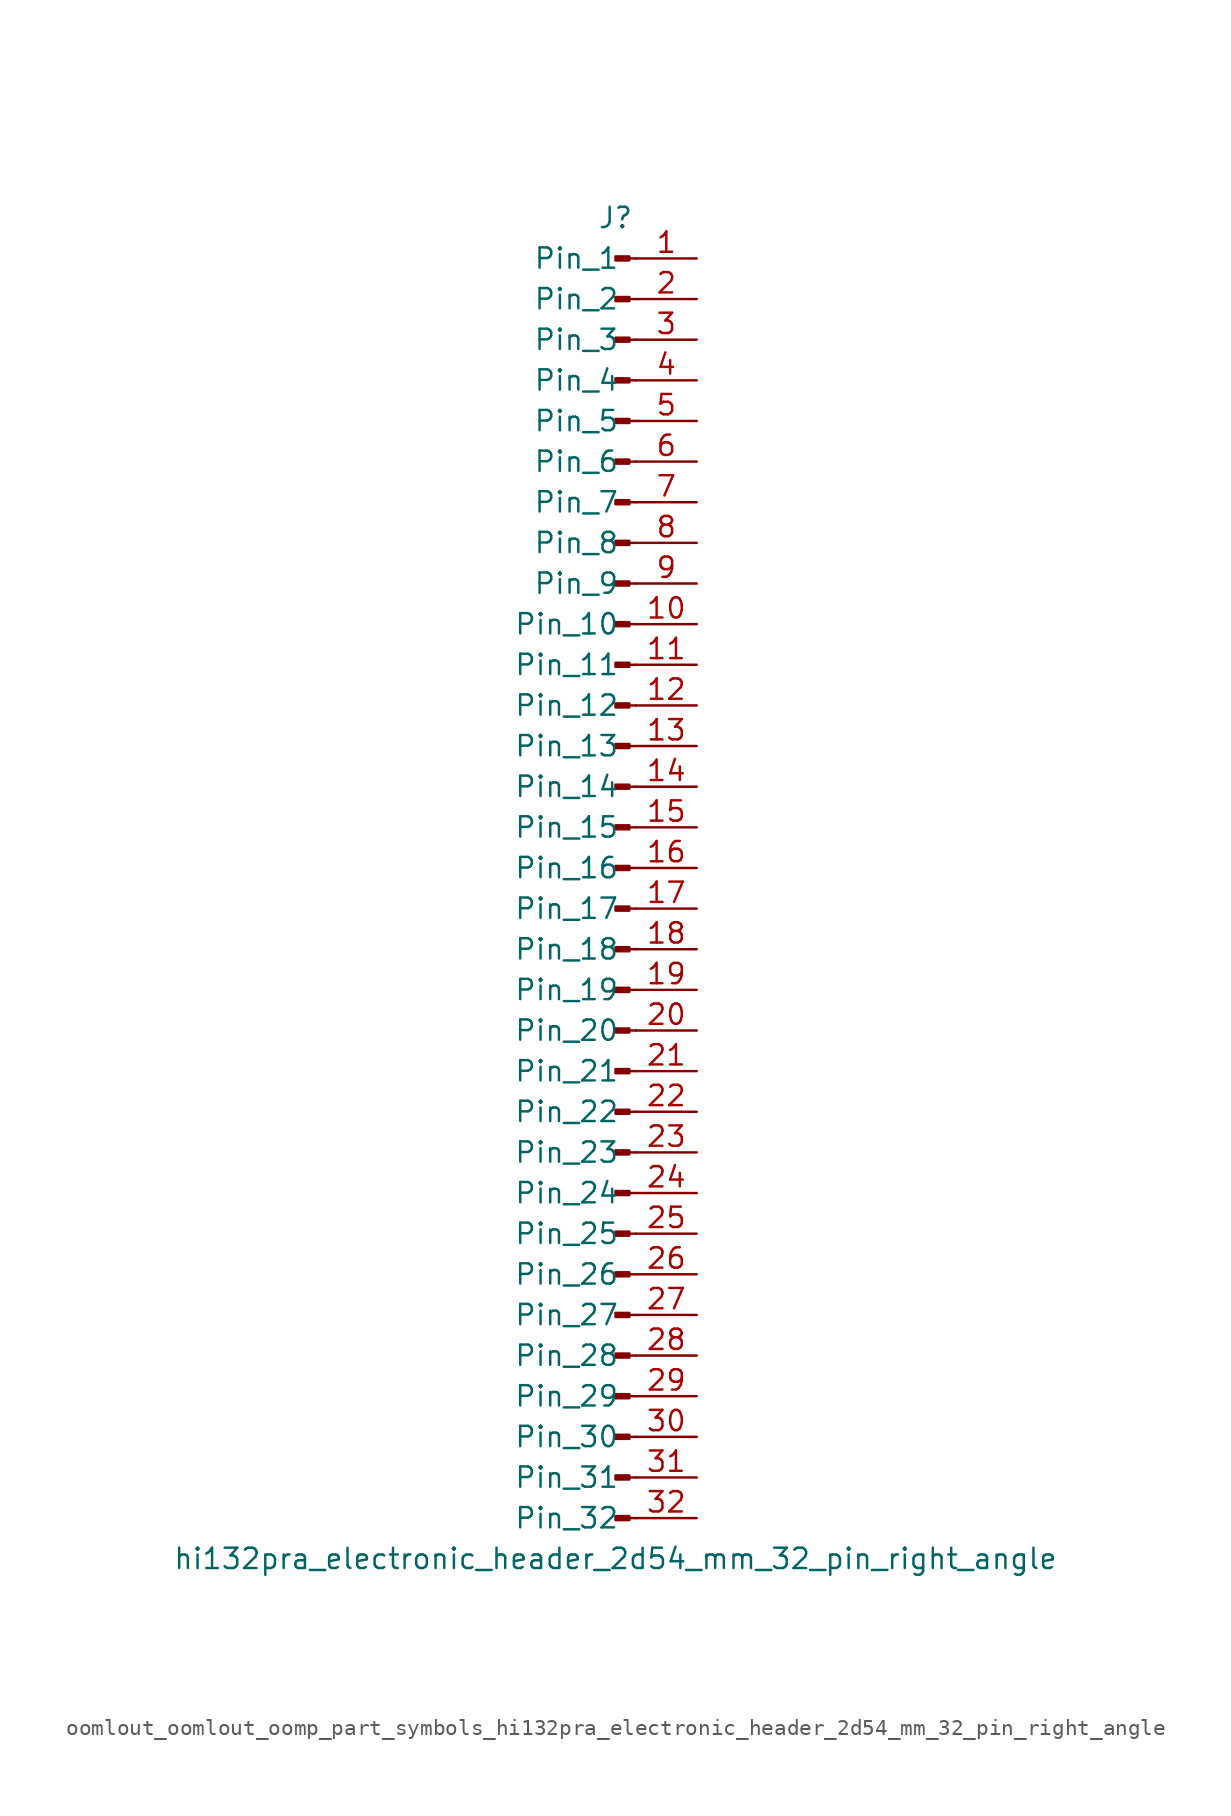
<source format=kicad_sym>
(kicad_symbol_lib
  (version 20220914)
  (generator kicad_symbol_editor)
  (symbol "oomlout_oomlout_oomp_part_symbols_hi132pra_electronic_header_2d54_mm_32_pin_right_angle"
    (pin_names
      (offset 1.016))
    (property "Reference" "J"
      (at 0 40.64 0)
      (effects (font (size 1.27 1.27))))
    (property "Value" "hi132pra_electronic_header_2d54_mm_32_pin_right_angle"
      (at 0 -43.18 0)
      (effects (font (size 1.27 1.27))))
    (property "ki_locked" ""
      (at 0 0 0)
      (effects (font (size 1.27 1.27))))
    (symbol "oomlout_oomlout_oomp_part_symbols_hi132pra_electronic_header_2d54_mm_32_pin_right_angle_1_1"
      (polyline (pts (xy 1.27 -40.64) (xy 0.864 -40.64)) (stroke (width 0.152) (type default)) (fill (type none)))
      (polyline (pts (xy 1.27 -38.1) (xy 0.864 -38.1)) (stroke (width 0.152) (type default)) (fill (type none)))
      (polyline (pts (xy 1.27 -35.56) (xy 0.864 -35.56)) (stroke (width 0.152) (type default)) (fill (type none)))
      (polyline (pts (xy 1.27 -33.02) (xy 0.864 -33.02)) (stroke (width 0.152) (type default)) (fill (type none)))
      (polyline (pts (xy 1.27 -30.48) (xy 0.864 -30.48)) (stroke (width 0.152) (type default)) (fill (type none)))
      (polyline (pts (xy 1.27 -27.94) (xy 0.864 -27.94)) (stroke (width 0.152) (type default)) (fill (type none)))
      (polyline (pts (xy 1.27 -25.4) (xy 0.864 -25.4)) (stroke (width 0.152) (type default)) (fill (type none)))
      (polyline (pts (xy 1.27 -22.86) (xy 0.864 -22.86)) (stroke (width 0.152) (type default)) (fill (type none)))
      (polyline (pts (xy 1.27 -20.32) (xy 0.864 -20.32)) (stroke (width 0.152) (type default)) (fill (type none)))
      (polyline (pts (xy 1.27 -17.78) (xy 0.864 -17.78)) (stroke (width 0.152) (type default)) (fill (type none)))
      (polyline (pts (xy 1.27 -15.24) (xy 0.864 -15.24)) (stroke (width 0.152) (type default)) (fill (type none)))
      (polyline (pts (xy 1.27 -12.7) (xy 0.864 -12.7)) (stroke (width 0.152) (type default)) (fill (type none)))
      (polyline (pts (xy 1.27 -10.16) (xy 0.864 -10.16)) (stroke (width 0.152) (type default)) (fill (type none)))
      (polyline (pts (xy 1.27 -7.62) (xy 0.864 -7.62)) (stroke (width 0.152) (type default)) (fill (type none)))
      (polyline (pts (xy 1.27 -5.08) (xy 0.864 -5.08)) (stroke (width 0.152) (type default)) (fill (type none)))
      (polyline (pts (xy 1.27 -2.54) (xy 0.864 -2.54)) (stroke (width 0.152) (type default)) (fill (type none)))
      (polyline (pts (xy 1.27 0) (xy 0.864 0)) (stroke (width 0.152) (type default)) (fill (type none)))
      (polyline (pts (xy 1.27 2.54) (xy 0.864 2.54)) (stroke (width 0.152) (type default)) (fill (type none)))
      (polyline (pts (xy 1.27 5.08) (xy 0.864 5.08)) (stroke (width 0.152) (type default)) (fill (type none)))
      (polyline (pts (xy 1.27 7.62) (xy 0.864 7.62)) (stroke (width 0.152) (type default)) (fill (type none)))
      (polyline (pts (xy 1.27 10.16) (xy 0.864 10.16)) (stroke (width 0.152) (type default)) (fill (type none)))
      (polyline (pts (xy 1.27 12.7) (xy 0.864 12.7)) (stroke (width 0.152) (type default)) (fill (type none)))
      (polyline (pts (xy 1.27 15.24) (xy 0.864 15.24)) (stroke (width 0.152) (type default)) (fill (type none)))
      (polyline (pts (xy 1.27 17.78) (xy 0.864 17.78)) (stroke (width 0.152) (type default)) (fill (type none)))
      (polyline (pts (xy 1.27 20.32) (xy 0.864 20.32)) (stroke (width 0.152) (type default)) (fill (type none)))
      (polyline (pts (xy 1.27 22.86) (xy 0.864 22.86)) (stroke (width 0.152) (type default)) (fill (type none)))
      (polyline (pts (xy 1.27 25.4) (xy 0.864 25.4)) (stroke (width 0.152) (type default)) (fill (type none)))
      (polyline (pts (xy 1.27 27.94) (xy 0.864 27.94)) (stroke (width 0.152) (type default)) (fill (type none)))
      (polyline (pts (xy 1.27 30.48) (xy 0.864 30.48)) (stroke (width 0.152) (type default)) (fill (type none)))
      (polyline (pts (xy 1.27 33.02) (xy 0.864 33.02)) (stroke (width 0.152) (type default)) (fill (type none)))
      (polyline (pts (xy 1.27 35.56) (xy 0.864 35.56)) (stroke (width 0.152) (type default)) (fill (type none)))
      (polyline (pts (xy 1.27 38.1) (xy 0.864 38.1)) (stroke (width 0.152) (type default)) (fill (type none)))
      (rectangle (start 0.864 -40.513) (end 0 -40.767) (stroke (width 0.152) (type default)) (fill (type outline)))
      (rectangle (start 0.864 -37.973) (end 0 -38.227) (stroke (width 0.152) (type default)) (fill (type outline)))
      (rectangle (start 0.864 -35.433) (end 0 -35.687) (stroke (width 0.152) (type default)) (fill (type outline)))
      (rectangle (start 0.864 -32.893) (end 0 -33.147) (stroke (width 0.152) (type default)) (fill (type outline)))
      (rectangle (start 0.864 -30.353) (end 0 -30.607) (stroke (width 0.152) (type default)) (fill (type outline)))
      (rectangle (start 0.864 -27.813) (end 0 -28.067) (stroke (width 0.152) (type default)) (fill (type outline)))
      (rectangle (start 0.864 -25.273) (end 0 -25.527) (stroke (width 0.152) (type default)) (fill (type outline)))
      (rectangle (start 0.864 -22.733) (end 0 -22.987) (stroke (width 0.152) (type default)) (fill (type outline)))
      (rectangle (start 0.864 -20.193) (end 0 -20.447) (stroke (width 0.152) (type default)) (fill (type outline)))
      (rectangle (start 0.864 -17.653) (end 0 -17.907) (stroke (width 0.152) (type default)) (fill (type outline)))
      (rectangle (start 0.864 -15.113) (end 0 -15.367) (stroke (width 0.152) (type default)) (fill (type outline)))
      (rectangle (start 0.864 -12.573) (end 0 -12.827) (stroke (width 0.152) (type default)) (fill (type outline)))
      (rectangle (start 0.864 -10.033) (end 0 -10.287) (stroke (width 0.152) (type default)) (fill (type outline)))
      (rectangle (start 0.864 -7.493) (end 0 -7.747) (stroke (width 0.152) (type default)) (fill (type outline)))
      (rectangle (start 0.864 -4.953) (end 0 -5.207) (stroke (width 0.152) (type default)) (fill (type outline)))
      (rectangle (start 0.864 -2.413) (end 0 -2.667) (stroke (width 0.152) (type default)) (fill (type outline)))
      (rectangle (start 0.864 0.127) (end 0 -0.127) (stroke (width 0.152) (type default)) (fill (type outline)))
      (rectangle (start 0.864 2.667) (end 0 2.413) (stroke (width 0.152) (type default)) (fill (type outline)))
      (rectangle (start 0.864 5.207) (end 0 4.953) (stroke (width 0.152) (type default)) (fill (type outline)))
      (rectangle (start 0.864 7.747) (end 0 7.493) (stroke (width 0.152) (type default)) (fill (type outline)))
      (rectangle (start 0.864 10.287) (end 0 10.033) (stroke (width 0.152) (type default)) (fill (type outline)))
      (rectangle (start 0.864 12.827) (end 0 12.573) (stroke (width 0.152) (type default)) (fill (type outline)))
      (rectangle (start 0.864 15.367) (end 0 15.113) (stroke (width 0.152) (type default)) (fill (type outline)))
      (rectangle (start 0.864 17.907) (end 0 17.653) (stroke (width 0.152) (type default)) (fill (type outline)))
      (rectangle (start 0.864 20.447) (end 0 20.193) (stroke (width 0.152) (type default)) (fill (type outline)))
      (rectangle (start 0.864 22.987) (end 0 22.733) (stroke (width 0.152) (type default)) (fill (type outline)))
      (rectangle (start 0.864 25.527) (end 0 25.273) (stroke (width 0.152) (type default)) (fill (type outline)))
      (rectangle (start 0.864 28.067) (end 0 27.813) (stroke (width 0.152) (type default)) (fill (type outline)))
      (rectangle (start 0.864 30.607) (end 0 30.353) (stroke (width 0.152) (type default)) (fill (type outline)))
      (rectangle (start 0.864 33.147) (end 0 32.893) (stroke (width 0.152) (type default)) (fill (type outline)))
      (rectangle (start 0.864 35.687) (end 0 35.433) (stroke (width 0.152) (type default)) (fill (type outline)))
      (rectangle (start 0.864 38.227) (end 0 37.973) (stroke (width 0.152) (type default)) (fill (type outline)))
      (pin passive line (at 5.08 38.1 180) (length 3.81) (name "Pin_1" (effects (font (size 1.27 1.27)))) (number "1" (effects (font (size 1.27 1.27)))))
      (pin passive line (at 5.08 15.24 180) (length 3.81) (name "Pin_10" (effects (font (size 1.27 1.27)))) (number "10" (effects (font (size 1.27 1.27)))))
      (pin passive line (at 5.08 12.7 180) (length 3.81) (name "Pin_11" (effects (font (size 1.27 1.27)))) (number "11" (effects (font (size 1.27 1.27)))))
      (pin passive line (at 5.08 10.16 180) (length 3.81) (name "Pin_12" (effects (font (size 1.27 1.27)))) (number "12" (effects (font (size 1.27 1.27)))))
      (pin passive line (at 5.08 7.62 180) (length 3.81) (name "Pin_13" (effects (font (size 1.27 1.27)))) (number "13" (effects (font (size 1.27 1.27)))))
      (pin passive line (at 5.08 5.08 180) (length 3.81) (name "Pin_14" (effects (font (size 1.27 1.27)))) (number "14" (effects (font (size 1.27 1.27)))))
      (pin passive line (at 5.08 2.54 180) (length 3.81) (name "Pin_15" (effects (font (size 1.27 1.27)))) (number "15" (effects (font (size 1.27 1.27)))))
      (pin passive line (at 5.08 0 180) (length 3.81) (name "Pin_16" (effects (font (size 1.27 1.27)))) (number "16" (effects (font (size 1.27 1.27)))))
      (pin passive line (at 5.08 -2.54 180) (length 3.81) (name "Pin_17" (effects (font (size 1.27 1.27)))) (number "17" (effects (font (size 1.27 1.27)))))
      (pin passive line (at 5.08 -5.08 180) (length 3.81) (name "Pin_18" (effects (font (size 1.27 1.27)))) (number "18" (effects (font (size 1.27 1.27)))))
      (pin passive line (at 5.08 -7.62 180) (length 3.81) (name "Pin_19" (effects (font (size 1.27 1.27)))) (number "19" (effects (font (size 1.27 1.27)))))
      (pin passive line (at 5.08 35.56 180) (length 3.81) (name "Pin_2" (effects (font (size 1.27 1.27)))) (number "2" (effects (font (size 1.27 1.27)))))
      (pin passive line (at 5.08 -10.16 180) (length 3.81) (name "Pin_20" (effects (font (size 1.27 1.27)))) (number "20" (effects (font (size 1.27 1.27)))))
      (pin passive line (at 5.08 -12.7 180) (length 3.81) (name "Pin_21" (effects (font (size 1.27 1.27)))) (number "21" (effects (font (size 1.27 1.27)))))
      (pin passive line (at 5.08 -15.24 180) (length 3.81) (name "Pin_22" (effects (font (size 1.27 1.27)))) (number "22" (effects (font (size 1.27 1.27)))))
      (pin passive line (at 5.08 -17.78 180) (length 3.81) (name "Pin_23" (effects (font (size 1.27 1.27)))) (number "23" (effects (font (size 1.27 1.27)))))
      (pin passive line (at 5.08 -20.32 180) (length 3.81) (name "Pin_24" (effects (font (size 1.27 1.27)))) (number "24" (effects (font (size 1.27 1.27)))))
      (pin passive line (at 5.08 -22.86 180) (length 3.81) (name "Pin_25" (effects (font (size 1.27 1.27)))) (number "25" (effects (font (size 1.27 1.27)))))
      (pin passive line (at 5.08 -25.4 180) (length 3.81) (name "Pin_26" (effects (font (size 1.27 1.27)))) (number "26" (effects (font (size 1.27 1.27)))))
      (pin passive line (at 5.08 -27.94 180) (length 3.81) (name "Pin_27" (effects (font (size 1.27 1.27)))) (number "27" (effects (font (size 1.27 1.27)))))
      (pin passive line (at 5.08 -30.48 180) (length 3.81) (name "Pin_28" (effects (font (size 1.27 1.27)))) (number "28" (effects (font (size 1.27 1.27)))))
      (pin passive line (at 5.08 -33.02 180) (length 3.81) (name "Pin_29" (effects (font (size 1.27 1.27)))) (number "29" (effects (font (size 1.27 1.27)))))
      (pin passive line (at 5.08 33.02 180) (length 3.81) (name "Pin_3" (effects (font (size 1.27 1.27)))) (number "3" (effects (font (size 1.27 1.27)))))
      (pin passive line (at 5.08 -35.56 180) (length 3.81) (name "Pin_30" (effects (font (size 1.27 1.27)))) (number "30" (effects (font (size 1.27 1.27)))))
      (pin passive line (at 5.08 -38.1 180) (length 3.81) (name "Pin_31" (effects (font (size 1.27 1.27)))) (number "31" (effects (font (size 1.27 1.27)))))
      (pin passive line (at 5.08 -40.64 180) (length 3.81) (name "Pin_32" (effects (font (size 1.27 1.27)))) (number "32" (effects (font (size 1.27 1.27)))))
      (pin passive line (at 5.08 30.48 180) (length 3.81) (name "Pin_4" (effects (font (size 1.27 1.27)))) (number "4" (effects (font (size 1.27 1.27)))))
      (pin passive line (at 5.08 27.94 180) (length 3.81) (name "Pin_5" (effects (font (size 1.27 1.27)))) (number "5" (effects (font (size 1.27 1.27)))))
      (pin passive line (at 5.08 25.4 180) (length 3.81) (name "Pin_6" (effects (font (size 1.27 1.27)))) (number "6" (effects (font (size 1.27 1.27)))))
      (pin passive line (at 5.08 22.86 180) (length 3.81) (name "Pin_7" (effects (font (size 1.27 1.27)))) (number "7" (effects (font (size 1.27 1.27)))))
      (pin passive line (at 5.08 20.32 180) (length 3.81) (name "Pin_8" (effects (font (size 1.27 1.27)))) (number "8" (effects (font (size 1.27 1.27)))))
      (pin passive line (at 5.08 17.78 180) (length 3.81) (name "Pin_9" (effects (font (size 1.27 1.27)))) (number "9" (effects (font (size 1.27 1.27))))))))
</source>
